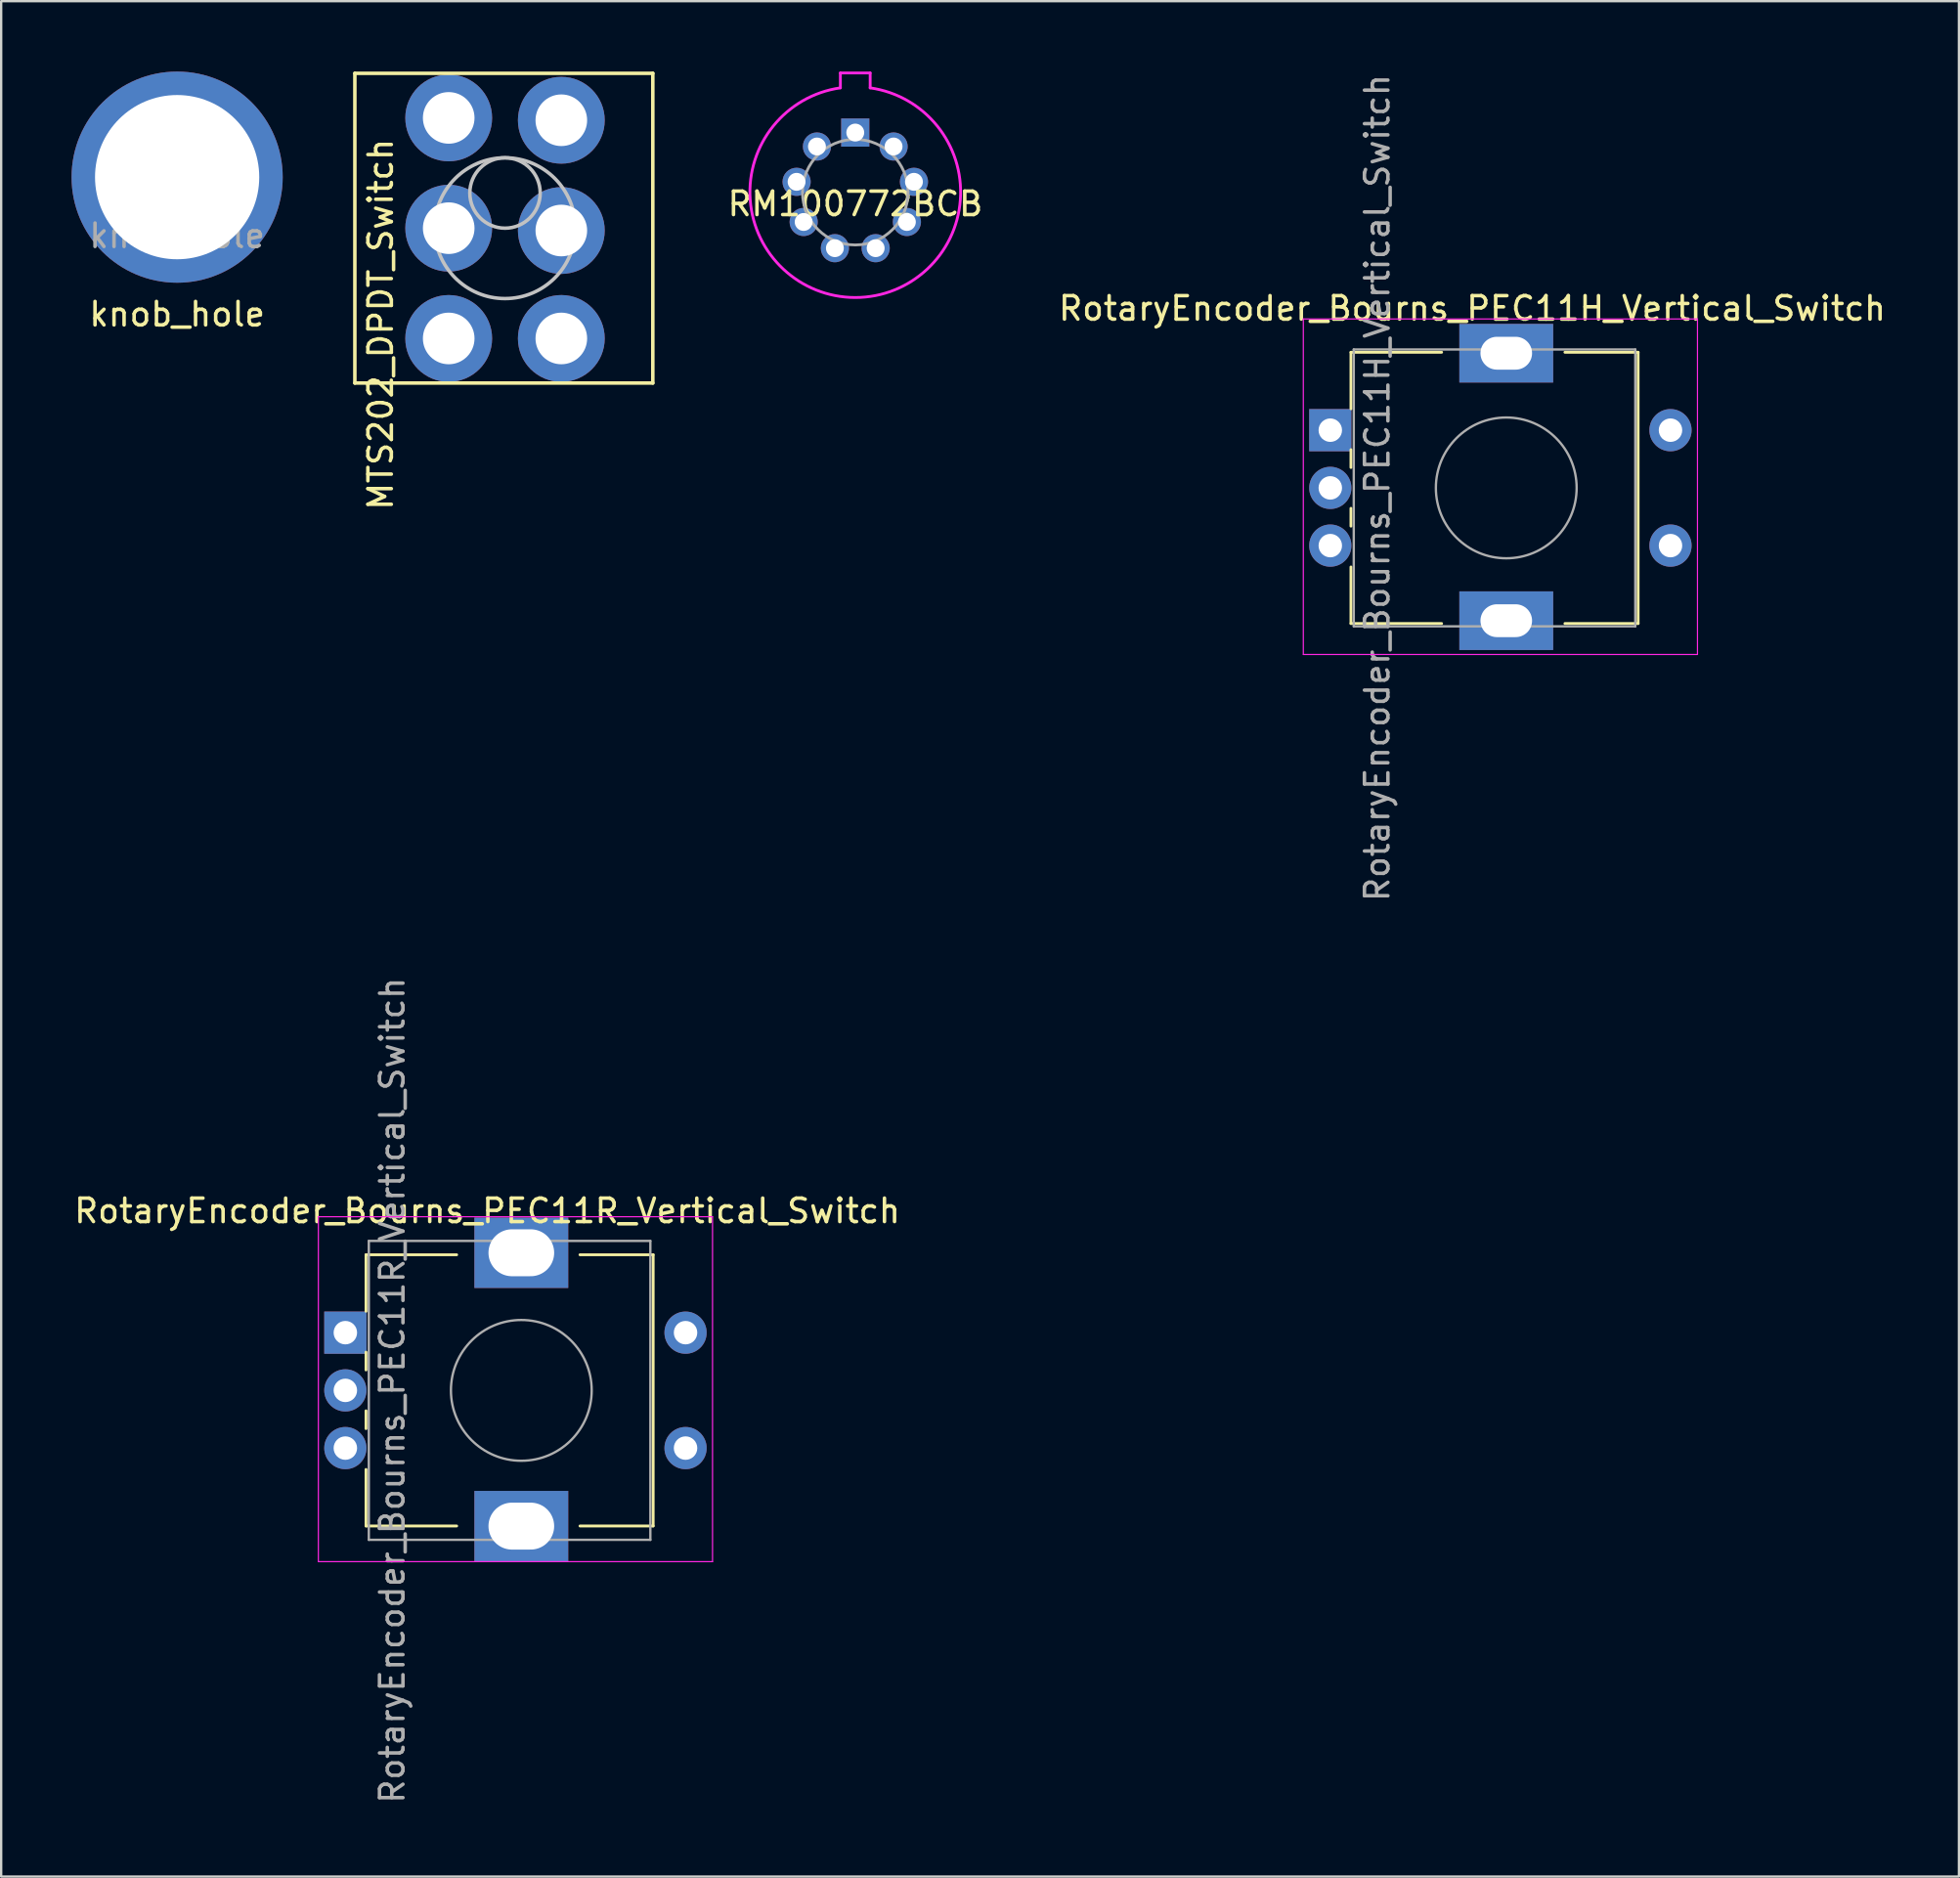
<source format=kicad_pcb>
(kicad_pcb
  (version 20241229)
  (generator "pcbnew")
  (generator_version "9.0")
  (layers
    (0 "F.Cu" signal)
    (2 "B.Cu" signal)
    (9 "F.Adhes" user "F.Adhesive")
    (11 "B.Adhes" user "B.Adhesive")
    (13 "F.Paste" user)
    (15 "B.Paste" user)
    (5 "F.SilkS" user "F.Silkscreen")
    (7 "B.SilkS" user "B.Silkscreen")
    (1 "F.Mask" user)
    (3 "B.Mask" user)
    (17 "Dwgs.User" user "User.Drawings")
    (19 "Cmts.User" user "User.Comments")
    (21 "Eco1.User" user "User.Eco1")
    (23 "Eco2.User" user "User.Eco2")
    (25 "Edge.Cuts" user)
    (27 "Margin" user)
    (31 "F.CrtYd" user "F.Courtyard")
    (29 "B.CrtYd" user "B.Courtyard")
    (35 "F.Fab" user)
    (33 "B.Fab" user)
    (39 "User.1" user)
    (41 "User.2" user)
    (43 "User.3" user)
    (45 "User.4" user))
  (footprint "RotaryEncoder_Bourns_PEC11H_Vertical_Switch"
    (layer "F.Cu")
    (at 53.651 20.244)
    (property "Reference" "RotaryEncoder_Bourns_PEC11H_Vertical_Switch" (at 6.05 -10.15 0) (layer "F.SilkS") (effects (font (size 1 1) (thickness 0.15))))
    (attr through_hole)
    (fp_line (start 0.88 -8.28) (end 0.88 -5.871) (stroke (width 0.12) (type solid)) (layer "F.SilkS"))
    (fp_line (start 0.88 -8.28) (end 4.745 -8.28) (stroke (width 0.12) (type solid)) (layer "F.SilkS"))
    (fp_line (start 0.88 -4.129) (end 0.88 -3.37) (stroke (width 0.12) (type solid)) (layer "F.SilkS"))
    (fp_line (start 0.88 -1.629) (end 0.88 -0.87) (stroke (width 0.12) (type solid)) (layer "F.SilkS"))
    (fp_line (start 0.88 0.87) (end 0.88 3.28) (stroke (width 0.12) (type solid)) (layer "F.SilkS"))
    (fp_line (start 0.88 3.28) (end 4.745 3.28) (stroke (width 0.12) (type solid)) (layer "F.SilkS"))
    (fp_line (start 10 -8.28) (end 13.12 -8.28) (stroke (width 0.12) (type solid)) (layer "F.SilkS"))
    (fp_line (start 10 3.28) (end 13.12 3.28) (stroke (width 0.12) (type solid)) (layer "F.SilkS"))
    (fp_line (start 13.12 -8.28) (end 13.12 3.28) (stroke (width 0.12) (type solid)) (layer "F.SilkS"))
    (fp_line (start -1.15 -9.7) (end -1.15 4.6) (stroke (width 0.05) (type solid)) (layer "F.CrtYd"))
    (fp_line (start -1.15 4.6) (end 15.65 4.6) (stroke (width 0.05) (type solid)) (layer "F.CrtYd"))
    (fp_line (start 15.65 -9.7) (end -1.15 -9.7) (stroke (width 0.05) (type solid)) (layer "F.CrtYd"))
    (fp_line (start 15.65 4.6) (end 15.65 -9.7) (stroke (width 0.05) (type solid)) (layer "F.CrtYd"))
    (fp_line (start 1 -8.4) (end 1 3.4) (stroke (width 0.1) (type solid)) (layer "F.Fab"))
    (fp_line (start 1 3.4) (end 13 3.4) (stroke (width 0.1) (type solid)) (layer "F.Fab"))
    (fp_line (start 13 -8.4) (end 1 -8.4) (stroke (width 0.1) (type solid)) (layer "F.Fab"))
    (fp_line (start 13 3.4) (end 13 -8.4) (stroke (width 0.1) (type solid)) (layer "F.Fab"))
    (fp_circle (center 7.5 -2.5) (end 10.5 -2.5) (stroke (width 0.1) (type solid)) (fill no) (layer "F.Fab"))
    (fp_text user "${REFERENCE}" (at 2 -2.5 90) (layer "F.Fab") (effects (font (size 1 1) (thickness 0.15))))
    (pad "" thru_hole rect (at 7.5 -8.24) (size 4 2.5) (drill oval 2.2 1.4) (layers "*.Cu" "*.Mask"))
    (pad "" thru_hole rect (at 7.5 3.16) (size 4 2.5) (drill oval 2.2 1.4) (layers "*.Cu" "*.Mask"))
    (pad "1" thru_hole rect (at 0 -4.96) (size 1.8 1.8) (drill 1) (layers "*.Cu" "*.Mask"))
    (pad "2" thru_hole circle (at 0 -0.04) (size 1.8 1.8) (drill 1) (layers "*.Cu" "*.Mask"))
    (pad "3" thru_hole circle (at 0 -2.5) (size 1.8 1.8) (drill 1) (layers "*.Cu" "*.Mask"))
    (pad "4" thru_hole circle (at 14.5 -4.96) (size 1.8 1.8) (drill 1) (layers "*.Cu" "*.Mask"))
    (pad "5" thru_hole circle (at 14.5 -0.04) (size 1.8 1.8) (drill 1) (layers "*.Cu" "*.Mask")))
  (footprint "RotaryEncoder_Bourns_PEC11R_Vertical_Switch"
    (layer "F.Cu")
    (at 11.67 58.708)
    (property "Reference" "RotaryEncoder_Bourns_PEC11R_Vertical_Switch" (at 6.05 -10.15 0) (layer "F.SilkS") (effects (font (size 1 1) (thickness 0.15))))
    (attr through_hole)
    (fp_line (start 0.88 -8.28) (end 0.88 -5.871) (stroke (width 0.12) (type solid)) (layer "F.SilkS"))
    (fp_line (start 0.88 -8.28) (end 4.745 -8.28) (stroke (width 0.12) (type solid)) (layer "F.SilkS"))
    (fp_line (start 0.88 -4.129) (end 0.88 -3.37) (stroke (width 0.12) (type solid)) (layer "F.SilkS"))
    (fp_line (start 0.88 -1.629) (end 0.88 -0.87) (stroke (width 0.12) (type solid)) (layer "F.SilkS"))
    (fp_line (start 0.88 0.87) (end 0.88 3.28) (stroke (width 0.12) (type solid)) (layer "F.SilkS"))
    (fp_line (start 0.88 3.28) (end 4.745 3.28) (stroke (width 0.12) (type solid)) (layer "F.SilkS"))
    (fp_line (start 10 -8.28) (end 13.12 -8.28) (stroke (width 0.12) (type solid)) (layer "F.SilkS"))
    (fp_line (start 10 3.28) (end 13.12 3.28) (stroke (width 0.12) (type solid)) (layer "F.SilkS"))
    (fp_line (start 13.12 -8.28) (end 13.12 3.28) (stroke (width 0.12) (type solid)) (layer "F.SilkS"))
    (fp_line (start -1.15 -9.9) (end -1.15 4.8) (stroke (width 0.05) (type solid)) (layer "F.CrtYd"))
    (fp_line (start -1.15 4.8) (end 15.65 4.8) (stroke (width 0.05) (type solid)) (layer "F.CrtYd"))
    (fp_line (start 15.65 -9.9) (end -1.15 -9.9) (stroke (width 0.05) (type solid)) (layer "F.CrtYd"))
    (fp_line (start 15.65 4.8) (end 15.65 -9.9) (stroke (width 0.05) (type solid)) (layer "F.CrtYd"))
    (fp_line (start 1 -8.87) (end 1 3.87) (stroke (width 0.1) (type solid)) (layer "F.Fab"))
    (fp_line (start 1 3.87) (end 13 3.87) (stroke (width 0.1) (type solid)) (layer "F.Fab"))
    (fp_line (start 13 -8.87) (end 1 -8.87) (stroke (width 0.1) (type solid)) (layer "F.Fab"))
    (fp_line (start 13 3.87) (end 13 -8.87) (stroke (width 0.1) (type solid)) (layer "F.Fab"))
    (fp_circle (center 7.5 -2.5) (end 10.5 -2.5) (stroke (width 0.1) (type solid)) (fill no) (layer "F.Fab"))
    (fp_text user "${REFERENCE}" (at 2 -2.5 90) (layer "F.Fab") (effects (font (size 1 1) (thickness 0.15))))
    (pad "" thru_hole rect (at 7.5 -8.365) (size 4 3) (drill oval 2.8 2) (layers "*.Cu" "*.Mask"))
    (pad "" thru_hole rect (at 7.5 3.285) (size 4 3) (drill oval 2.8 2) (layers "*.Cu" "*.Mask"))
    (pad "1" thru_hole rect (at 0 -4.96) (size 1.8 1.8) (drill 1) (layers "*.Cu" "*.Mask"))
    (pad "2" thru_hole circle (at 0 -2.5) (size 1.8 1.8) (drill 1) (layers "*.Cu" "*.Mask"))
    (pad "3" thru_hole circle (at 0 -0.04) (size 1.8 1.8) (drill 1) (layers "*.Cu" "*.Mask"))
    (pad "4" thru_hole circle (at 14.5 -4.96) (size 1.8 1.8) (drill 1) (layers "*.Cu" "*.Mask"))
    (pad "5" thru_hole circle (at 14.5 -0.04) (size 1.8 1.8) (drill 1) (layers "*.Cu" "*.Mask")))
  (footprint "MTS202_DPDT_Switch"
    (layer "F.Cu")
    (at 17.175 2.175)
    (property "Reference" "MTS202_DPDT_Switch" (at -4 8.6 90) (layer "F.SilkS") (effects (font (size 1 1) (thickness 0.15))))
    (attr through_hole)
    (fp_line (start -5.1 -2.1) (end -5.1 11.1) (stroke (width 0.15) (type solid)) (layer "F.SilkS"))
    (fp_line (start -5.1 11.1) (end 7.6 11.1) (stroke (width 0.15) (type solid)) (layer "F.SilkS"))
    (fp_line (start 7.6 -2.1) (end -5.1 -2.1) (stroke (width 0.15) (type solid)) (layer "F.SilkS"))
    (fp_line (start 7.6 11.1) (end 7.6 -2.1) (stroke (width 0.15) (type solid)) (layer "F.SilkS"))
    (fp_circle (center 1.3 3) (end 2.8 3) (stroke (width 0.15) (type solid)) (fill no) (layer "Dwgs.User"))
    (fp_circle (center 1.3 4.5) (end 4.3 4.5) (stroke (width 0.15) (type solid)) (fill no) (layer "Dwgs.User"))
    (pad "1" thru_hole circle (at -1.1 -0.2) (size 3.7 3.7) (drill 2.2) (layers "*.Cu" "*.Mask"))
    (pad "2" thru_hole circle (at 3.7 -0.1) (size 3.7 3.7) (drill 2.2) (layers "*.Cu" "*.Mask"))
    (pad "3" thru_hole circle (at -1.1 4.5) (size 3.7 3.7) (drill 2.2) (layers "*.Cu" "*.Mask"))
    (pad "4" thru_hole circle (at 3.7 4.6) (size 3.7 3.7) (drill 2.2) (layers "*.Cu" "*.Mask"))
    (pad "5" thru_hole circle (at -1.1 9.2) (size 3.7 3.7) (drill 2.2) (layers "*.Cu" "*.Mask"))
    (pad "6" thru_hole circle (at 3.7 9.2) (size 3.7 3.7) (drill 2.2) (layers "*.Cu" "*.Mask")))
  (footprint "RM100772BCB"
    (layer "F.Cu")
    (at 33.404 5.14)
    (property "Reference" "RM100772BCB" (at 0 0.5 0) (layer "F.SilkS") (effects (font (size 1 1) (thickness 0.15))))
    (attr through_hole)
    (fp_line (start -0.635 -5.08) (end 0.635 -5.08) (stroke (width 0.12) (type solid)) (layer "F.CrtYd"))
    (fp_line (start -0.635 -4.445) (end -0.635 -5.08) (stroke (width 0.12) (type solid)) (layer "F.CrtYd"))
    (fp_line (start 0.635 -5.08) (end 0.635 -4.445) (stroke (width 0.12) (type solid)) (layer "F.CrtYd"))
    (fp_arc (start 0.635001 -4.444999) (mid -0.000001 4.490127) (end -0.634999 -4.444999) (stroke (width 0.12) (type solid)) (layer "F.CrtYd"))
    (fp_circle (center 0 0) (end 2.25 0) (stroke (width 0.12) (type solid)) (fill no) (layer "F.Fab"))
    (pad "1" thru_hole circle (at 1.633 -1.946) (size 1.2 1.2) (drill 0.762) (layers "*.Cu" "*.Mask"))
    (pad "2" thru_hole circle (at 2.501 -0.441) (size 1.2 1.2) (drill 0.762) (layers "*.Cu" "*.Mask"))
    (pad "3" thru_hole circle (at 2.2 1.27) (size 1.2 1.2) (drill 0.762) (layers "*.Cu" "*.Mask"))
    (pad "4" thru_hole circle (at 0.869 2.387) (size 1.2 1.2) (drill 0.762) (layers "*.Cu" "*.Mask"))
    (pad "5" thru_hole circle (at -0.869 2.387) (size 1.2 1.2) (drill 0.762) (layers "*.Cu" "*.Mask"))
    (pad "6" thru_hole circle (at -2.2 1.27) (size 1.2 1.2) (drill 0.762) (layers "*.Cu" "*.Mask"))
    (pad "7" thru_hole circle (at -2.501 -0.441) (size 1.2 1.2) (drill 0.762) (layers "*.Cu" "*.Mask"))
    (pad "8" thru_hole circle (at -1.633 -1.946) (size 1.2 1.2) (drill 0.762) (layers "*.Cu" "*.Mask"))
    (pad "9" thru_hole rect (at 0 -2.54) (size 1.2 1.2) (drill 0.762) (layers "*.Cu" "*.Mask")))
  (footprint "knob_hole"
    (layer "F.Cu")
    (at 4.5 4.5)
    (property "Reference" "knob_hole" (at 0 5.842 0) (unlocked yes) (layer "F.SilkS") (effects (font (size 1 1) (thickness 0.15))))
    (attr through_hole)
    (fp_text user "${REFERENCE}" (at 0 2.5 0) (unlocked yes) (layer "F.Fab") (effects (font (size 1 1) (thickness 0.15))))
    (pad "1" thru_hole circle (at 0 0) (size 9 9) (drill 7) (layers "*.Cu" "*.Mask")))
  (gr_rect
    (start -3 -3)
    (end 80.445 76.929)
    (stroke (width 0.1) (type default))
    (fill no)
    (layer "Edge.Cuts")))
</source>
